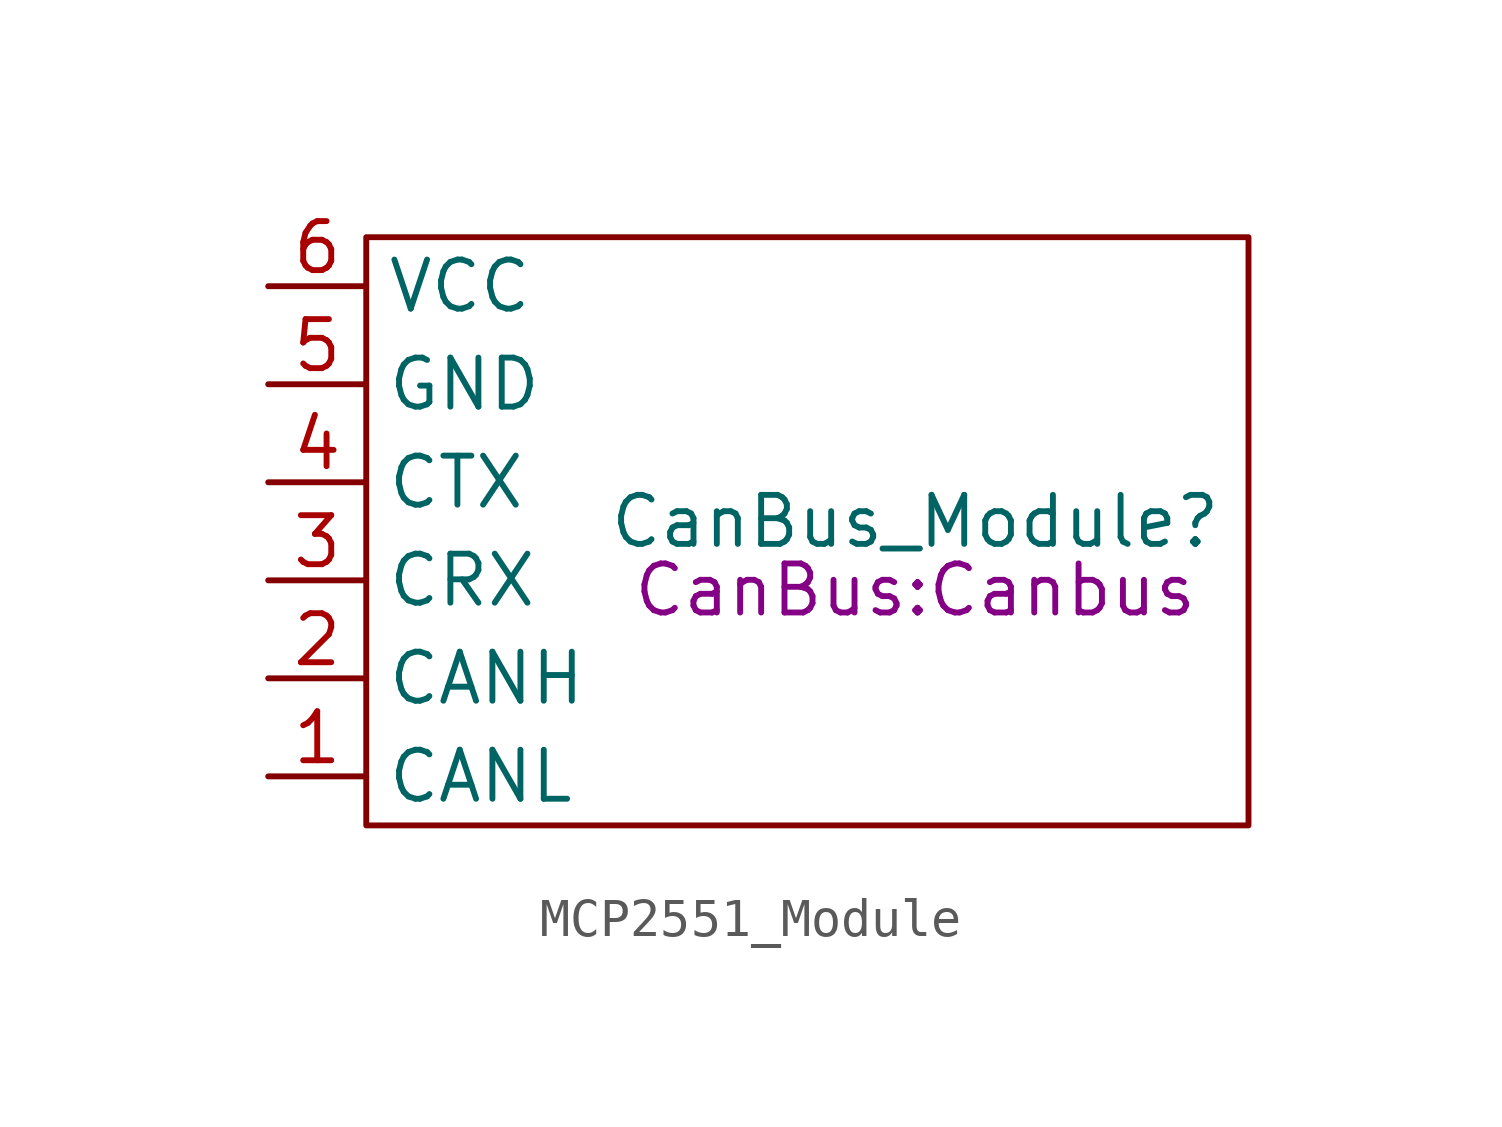
<source format=kicad_sym>
(kicad_symbol_lib
  (version 20231120)
  (generator "kicad_symbol_editor")
  (generator_version "8.0")
  (symbol "MCP2551_Module"
    (property "Reference" "CanBus_Module"
      (at 9.144 -3.556 0)
      (effects (font (size 1.27 1.27))))
    (property "Value" ""
      (at 0 0 0)
      (effects (font (size 1.27 1.27))))
    (property "Footprint" "CanBus:Canbus"
      (at 9.144 -5.334 0)
      (effects (font (size 1.27 1.27))))
    (symbol "MCP2551_Module_0_1"
      (rectangle (start -5.08 3.81) (end 17.78 -11.43) (stroke (width 0) (type default)) (fill (type none))))
    (symbol "MCP2551_Module_1_1"
      (pin input line (at -7.62 -10.16 0) (length 2.54) (name "CANL" (effects (font (size 1.27 1.27)))) (number "1" (effects (font (size 1.27 1.27)))))
      (pin input line (at -7.62 -7.62 0) (length 2.54) (name "CANH" (effects (font (size 1.27 1.27)))) (number "2" (effects (font (size 1.27 1.27)))))
      (pin input line (at -7.62 -5.08 0) (length 2.54) (name "CRX" (effects (font (size 1.27 1.27)))) (number "3" (effects (font (size 1.27 1.27)))))
      (pin input line (at -7.62 -2.54 0) (length 2.54) (name "CTX" (effects (font (size 1.27 1.27)))) (number "4" (effects (font (size 1.27 1.27)))))
      (pin input line (at -7.62 0 0) (length 2.54) (name "GND" (effects (font (size 1.27 1.27)))) (number "5" (effects (font (size 1.27 1.27)))))
      (pin input line (at -7.62 2.54 0) (length 2.54) (name "VCC" (effects (font (size 1.27 1.27)))) (number "6" (effects (font (size 1.27 1.27))))))))
</source>
